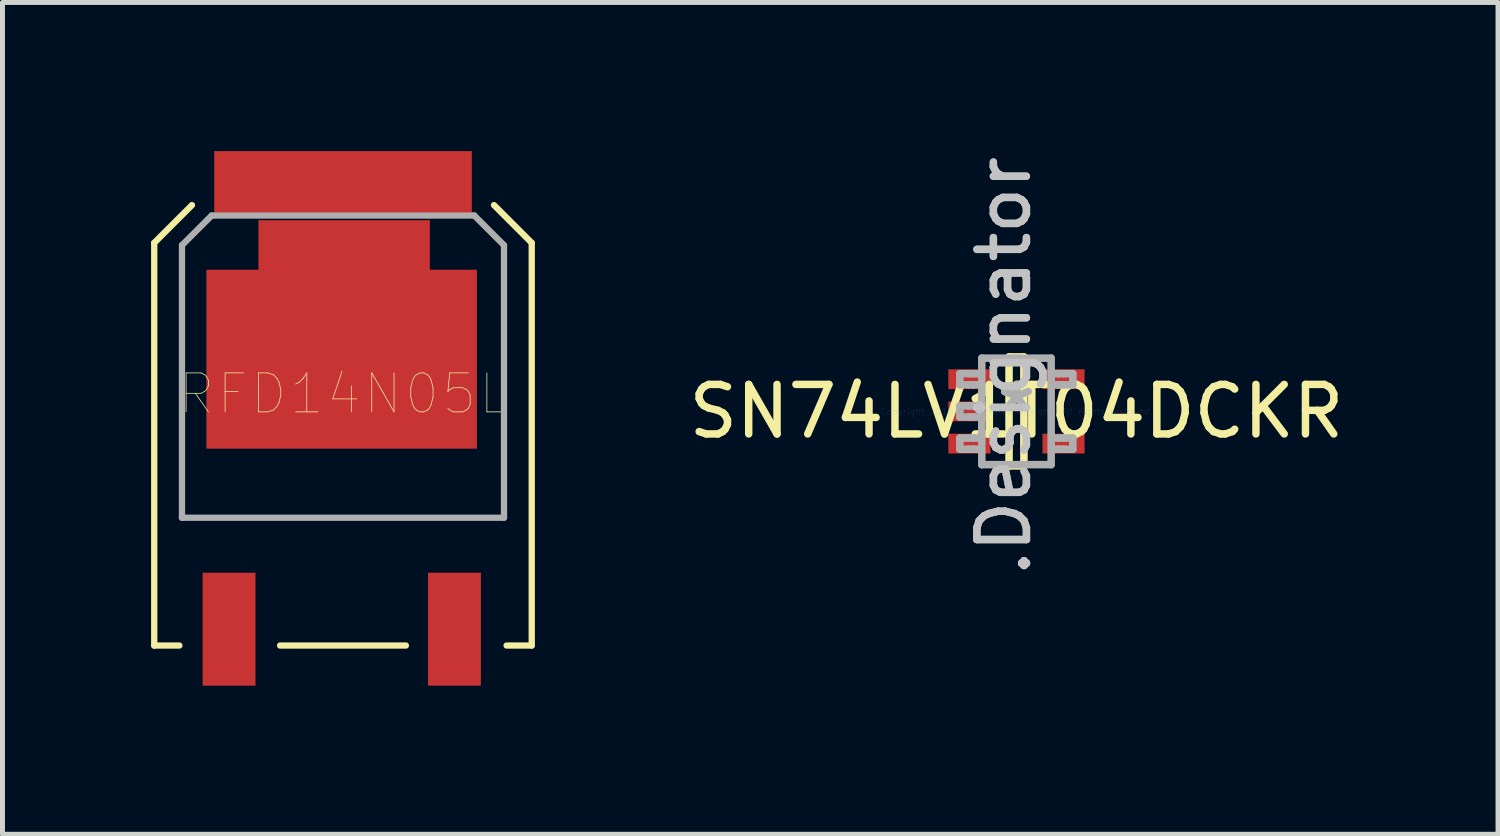
<source format=kicad_pcb>
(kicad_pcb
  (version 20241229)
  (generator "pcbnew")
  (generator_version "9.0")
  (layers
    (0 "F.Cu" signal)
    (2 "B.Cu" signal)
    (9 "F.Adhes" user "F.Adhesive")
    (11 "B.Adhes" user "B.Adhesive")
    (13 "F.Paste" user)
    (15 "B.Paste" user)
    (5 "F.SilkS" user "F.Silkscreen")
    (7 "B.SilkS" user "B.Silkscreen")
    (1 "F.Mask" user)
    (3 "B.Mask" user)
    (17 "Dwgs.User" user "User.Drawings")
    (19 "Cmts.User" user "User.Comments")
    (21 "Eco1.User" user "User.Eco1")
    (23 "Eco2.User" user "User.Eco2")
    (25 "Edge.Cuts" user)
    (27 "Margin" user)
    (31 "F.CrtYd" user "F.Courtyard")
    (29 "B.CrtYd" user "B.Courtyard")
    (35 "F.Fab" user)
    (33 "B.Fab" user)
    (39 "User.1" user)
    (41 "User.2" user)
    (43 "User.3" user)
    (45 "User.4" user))
  (footprint "SN74LV1T04DCKR"
    (layer "F.Cu")
    (at 17.467 5.254)
    (property "Reference" "SN74LV1T04DCKR" (at 0 0 0) (layer "F.SilkS") (effects (font (size 1 1) (thickness 0.15))))
    (attr through_hole)
    (fp_line (start -0.15 -1.1) (end 0.15 -1.1) (stroke (width 0.152) (type solid)) (layer "F.SilkS"))
    (fp_line (start -0.15 1.1) (end -0.15 -1.1) (stroke (width 0.152) (type solid)) (layer "F.SilkS"))
    (fp_line (start -0.15 1.1) (end 0.15 1.1) (stroke (width 0.152) (type solid)) (layer "F.SilkS"))
    (fp_line (start 0.15 1.1) (end 0.15 -1.1) (stroke (width 0.152) (type solid)) (layer "F.SilkS"))
    (fp_line (start -1.143 -0.762) (end -0.959 -0.762) (stroke (width 0.152) (type solid)) (layer "F.Fab"))
    (fp_line (start -1.143 -0.537) (end -1.143 -0.762) (stroke (width 0.152) (type solid)) (layer "F.Fab"))
    (fp_line (start -1.143 -0.537) (end -0.959 -0.537) (stroke (width 0.152) (type solid)) (layer "F.Fab"))
    (fp_line (start -1.143 -0.112) (end -0.959 -0.112) (stroke (width 0.152) (type solid)) (layer "F.Fab"))
    (fp_line (start -1.143 0.113) (end -1.143 -0.112) (stroke (width 0.152) (type solid)) (layer "F.Fab"))
    (fp_line (start -1.143 0.113) (end -0.959 0.113) (stroke (width 0.152) (type solid)) (layer "F.Fab"))
    (fp_line (start -1.143 0.538) (end -0.959 0.538) (stroke (width 0.152) (type solid)) (layer "F.Fab"))
    (fp_line (start -1.143 0.763) (end -1.143 0.538) (stroke (width 0.152) (type solid)) (layer "F.Fab"))
    (fp_line (start -1.143 0.763) (end -0.959 0.763) (stroke (width 0.152) (type solid)) (layer "F.Fab"))
    (fp_line (start -0.959 -0.762) (end -0.711 -0.762) (stroke (width 0.152) (type solid)) (layer "F.Fab"))
    (fp_line (start -0.959 -0.537) (end -0.865 -0.537) (stroke (width 0.152) (type solid)) (layer "F.Fab"))
    (fp_line (start -0.959 -0.112) (end -0.865 -0.112) (stroke (width 0.152) (type solid)) (layer "F.Fab"))
    (fp_line (start -0.959 0.113) (end -0.865 0.113) (stroke (width 0.152) (type solid)) (layer "F.Fab"))
    (fp_line (start -0.959 0.538) (end -0.865 0.538) (stroke (width 0.152) (type solid)) (layer "F.Fab"))
    (fp_line (start -0.959 0.763) (end -0.865 0.763) (stroke (width 0.152) (type solid)) (layer "F.Fab"))
    (fp_line (start -0.865 -0.762) (end -0.853 -0.762) (stroke (width 0.152) (type solid)) (layer "F.Fab"))
    (fp_line (start -0.865 -0.537) (end -0.853 -0.537) (stroke (width 0.152) (type solid)) (layer "F.Fab"))
    (fp_line (start -0.865 -0.112) (end -0.853 -0.112) (stroke (width 0.152) (type solid)) (layer "F.Fab"))
    (fp_line (start -0.865 0.113) (end -0.853 0.113) (stroke (width 0.152) (type solid)) (layer "F.Fab"))
    (fp_line (start -0.865 0.538) (end -0.853 0.538) (stroke (width 0.152) (type solid)) (layer "F.Fab"))
    (fp_line (start -0.865 0.763) (end -0.853 0.763) (stroke (width 0.152) (type solid)) (layer "F.Fab"))
    (fp_line (start -0.853 -0.537) (end -0.711 -0.537) (stroke (width 0.152) (type solid)) (layer "F.Fab"))
    (fp_line (start -0.853 -0.112) (end -0.711 -0.112) (stroke (width 0.152) (type solid)) (layer "F.Fab"))
    (fp_line (start -0.853 0.113) (end -0.711 0.113) (stroke (width 0.152) (type solid)) (layer "F.Fab"))
    (fp_line (start -0.853 0.538) (end -0.711 0.538) (stroke (width 0.152) (type solid)) (layer "F.Fab"))
    (fp_line (start -0.853 0.763) (end -0.711 0.763) (stroke (width 0.152) (type solid)) (layer "F.Fab"))
    (fp_line (start -0.7 -1.075) (end 0.7 -1.075) (stroke (width 0.152) (type solid)) (layer "F.Fab"))
    (fp_line (start -0.7 1.075) (end -0.7 -1.075) (stroke (width 0.152) (type solid)) (layer "F.Fab"))
    (fp_line (start -0.7 1.075) (end 0.7 1.075) (stroke (width 0.152) (type solid)) (layer "F.Fab"))
    (fp_line (start 0.7 1.075) (end 0.7 -1.075) (stroke (width 0.152) (type solid)) (layer "F.Fab"))
    (fp_line (start 0.711 -0.762) (end 0.847 -0.762) (stroke (width 0.152) (type solid)) (layer "F.Fab"))
    (fp_line (start 0.711 -0.537) (end 0.847 -0.537) (stroke (width 0.152) (type solid)) (layer "F.Fab"))
    (fp_line (start 0.711 0.538) (end 0.847 0.538) (stroke (width 0.152) (type solid)) (layer "F.Fab"))
    (fp_line (start 0.711 0.763) (end 0.847 0.763) (stroke (width 0.152) (type solid)) (layer "F.Fab"))
    (fp_line (start 0.847 -0.762) (end 0.859 -0.762) (stroke (width 0.152) (type solid)) (layer "F.Fab"))
    (fp_line (start 0.847 -0.537) (end 0.859 -0.537) (stroke (width 0.152) (type solid)) (layer "F.Fab"))
    (fp_line (start 0.847 0.538) (end 0.859 0.538) (stroke (width 0.152) (type solid)) (layer "F.Fab"))
    (fp_line (start 0.847 0.763) (end 0.859 0.763) (stroke (width 0.152) (type solid)) (layer "F.Fab"))
    (fp_line (start 0.859 -0.762) (end 0.953 -0.762) (stroke (width 0.152) (type solid)) (layer "F.Fab"))
    (fp_line (start 0.859 -0.537) (end 0.953 -0.537) (stroke (width 0.152) (type solid)) (layer "F.Fab"))
    (fp_line (start 0.859 0.538) (end 0.953 0.538) (stroke (width 0.152) (type solid)) (layer "F.Fab"))
    (fp_line (start 0.859 0.763) (end 0.953 0.763) (stroke (width 0.152) (type solid)) (layer "F.Fab"))
    (fp_line (start 0.953 -0.762) (end 1.137 -0.762) (stroke (width 0.152) (type solid)) (layer "F.Fab"))
    (fp_line (start 0.953 -0.537) (end 1.137 -0.537) (stroke (width 0.152) (type solid)) (layer "F.Fab"))
    (fp_line (start 0.953 0.538) (end 1.137 0.538) (stroke (width 0.152) (type solid)) (layer "F.Fab"))
    (fp_line (start 0.953 0.763) (end 1.137 0.763) (stroke (width 0.152) (type solid)) (layer "F.Fab"))
    (fp_line (start 1.137 -0.537) (end 1.137 -0.762) (stroke (width 0.152) (type solid)) (layer "F.Fab"))
    (fp_line (start 1.137 0.763) (end 1.137 0.538) (stroke (width 0.152) (type solid)) (layer "F.Fab"))
    (fp_text user "*" (at 0 0 0) (layer "F.SilkS") (effects (font (size 1 1) (thickness 0.15))))
    (fp_text user ".Designator" (at -0.254 -0.914 270) (layer "Dwgs.User") (effects (font (size 1 1) (thickness 0.15))))
    (fp_text user "Copyright 2016 Accelerated Designs. All rights reserved." (at 0 0 0) (layer "Cmts.User") (effects (font (size 0.127 0.127) (thickness 0.002))))
    (fp_text user ".Designator" (at -0.254 -0.914 270) (layer "F.Fab") (effects (font (size 1 1) (thickness 0.15))))
    (fp_text user "*" (at 0 0 0) (layer "F.Fab") (effects (font (size 1 1) (thickness 0.15))))
    (pad "1" smd rect (at -0.95 -0.65 90) (size 0.4 0.85) (layers "F.Cu" "F.Mask" "F.Paste"))
    (pad "2" smd rect (at -0.95 0 90) (size 0.4 0.85) (layers "F.Cu" "F.Mask" "F.Paste"))
    (pad "3" smd rect (at -0.95 0.65 90) (size 0.4 0.85) (layers "F.Cu" "F.Mask" "F.Paste"))
    (pad "4" smd rect (at 0.95 0.65 90) (size 0.4 0.85) (layers "F.Cu" "F.Mask" "F.Paste"))
    (pad "5" smd rect (at 0.95 -0.65 90) (size 0.4 0.85) (layers "F.Cu" "F.Mask" "F.Paste")))
  (footprint "RFD14N05L"
    (layer "F.Cu")
    (at 3.873 4.9)
    (property "Reference" "RFD14N05L" (at 0 0 0) (layer "F.SilkS") (effects (font (size 0.787 0.787) (thickness 0.015))))
    (attr through_hole)
    (fp_poly (pts (xy -2.75 -2.5) (xy 2.7 -2.5) (xy 2.7 1.1) (xy -2.75 1.1)) (stroke (width 0.01) (type solid)) (fill yes) (layer "F.Cu"))
    (fp_poly (pts (xy -1.7 -3.5) (xy 1.75 -3.5) (xy 1.75 -0.5) (xy -1.7 -0.5)) (stroke (width 0.01) (type solid)) (fill yes) (layer "F.Cu"))
    (fp_line (start -3.81 -3.048) (end -3.81 5.08) (stroke (width 0.127) (type solid)) (layer "F.SilkS"))
    (fp_line (start -3.81 5.08) (end -3.302 5.08) (stroke (width 0.127) (type solid)) (layer "F.SilkS"))
    (fp_line (start -3.048 -3.81) (end -3.81 -3.048) (stroke (width 0.127) (type solid)) (layer "F.SilkS"))
    (fp_line (start -1.27 5.08) (end 1.27 5.08) (stroke (width 0.127) (type solid)) (layer "F.SilkS"))
    (fp_line (start 3.302 5.08) (end 3.81 5.08) (stroke (width 0.127) (type solid)) (layer "F.SilkS"))
    (fp_line (start 3.81 -3.048) (end 3.048 -3.81) (stroke (width 0.127) (type solid)) (layer "F.SilkS"))
    (fp_line (start 3.81 5.08) (end 3.81 -3.048) (stroke (width 0.127) (type solid)) (layer "F.SilkS"))
    (fp_line (start -3.25 -3) (end -3.25 2.5) (stroke (width 0.127) (type solid)) (layer "F.Fab"))
    (fp_line (start -3.25 2.5) (end 3.25 2.5) (stroke (width 0.127) (type solid)) (layer "F.Fab"))
    (fp_line (start -2.65 -3.6) (end -3.25 -3) (stroke (width 0.127) (type solid)) (layer "F.Fab"))
    (fp_line (start 2.65 -3.6) (end -2.65 -3.6) (stroke (width 0.127) (type solid)) (layer "F.Fab"))
    (fp_line (start 3.25 -3) (end 2.65 -3.6) (stroke (width 0.127) (type solid)) (layer "F.Fab"))
    (fp_line (start 3.25 2.5) (end 3.25 -3) (stroke (width 0.127) (type solid)) (layer "F.Fab"))
    (pad "1" smd rect (at -2.3 4.75) (size 1.067 2.28) (layers "F.Cu" "F.Mask" "F.Paste"))
    (pad "3" smd rect (at 2.25 4.75) (size 1.067 2.28) (layers "F.Cu" "F.Mask" "F.Paste"))
    (pad "4" smd rect (at 0 -4.25) (size 5.2 1.3) (layers "F.Cu" "F.Mask" "F.Paste")))
  (gr_rect
    (start -3 -3)
    (end 27.187 13.79)
    (stroke (width 0.1) (type default))
    (fill no)
    (layer "Edge.Cuts")))
</source>
